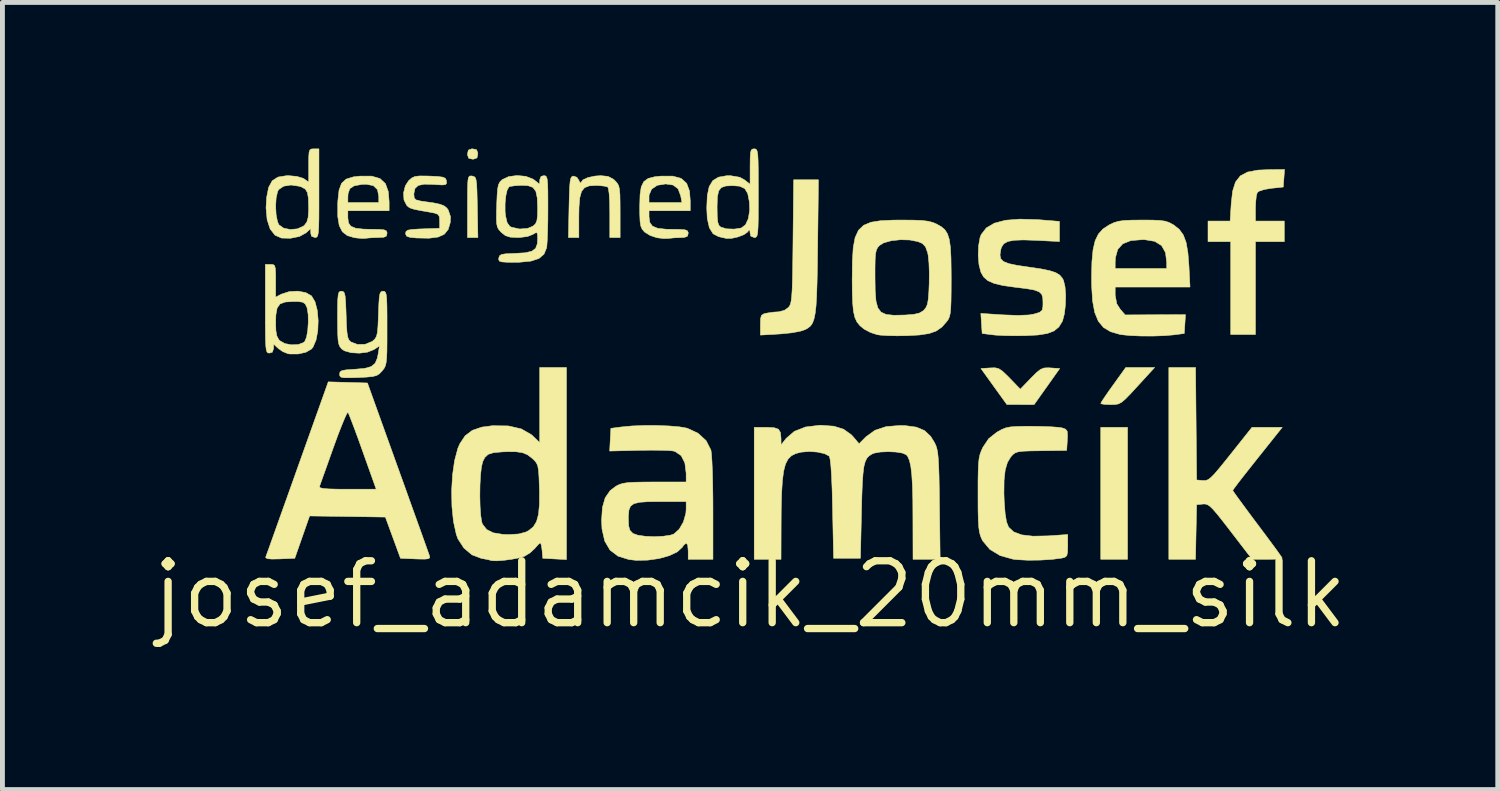
<source format=kicad_pcb>
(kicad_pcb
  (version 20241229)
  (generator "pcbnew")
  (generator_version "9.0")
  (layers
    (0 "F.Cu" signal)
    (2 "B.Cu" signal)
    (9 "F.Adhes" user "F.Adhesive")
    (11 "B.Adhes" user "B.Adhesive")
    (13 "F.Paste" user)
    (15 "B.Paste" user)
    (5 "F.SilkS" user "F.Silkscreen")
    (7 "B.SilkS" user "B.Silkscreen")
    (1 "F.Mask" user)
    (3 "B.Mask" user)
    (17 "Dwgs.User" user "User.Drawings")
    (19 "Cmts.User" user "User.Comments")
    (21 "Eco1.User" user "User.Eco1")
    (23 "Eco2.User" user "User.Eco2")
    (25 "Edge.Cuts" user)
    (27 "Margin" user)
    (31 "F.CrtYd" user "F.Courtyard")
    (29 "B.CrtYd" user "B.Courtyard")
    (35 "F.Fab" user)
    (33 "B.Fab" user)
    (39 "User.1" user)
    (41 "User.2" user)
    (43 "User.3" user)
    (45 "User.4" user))
  (footprint "josef_adamcik_20mm_silk"
    (layer "F.Cu")
    (at 12.344 9.149)
    (property "Reference" "josef_adamcik_20mm_silk" (at 0 0 0) (layer "F.SilkS") (effects (font (size 1.27 1.27) (thickness 0.15))))
    (attr through_hole)
    (fp_poly (pts (xy 7.747 -0.72) (xy 7.197 -0.72) (xy 7.197 -3.429) (xy 7.747 -3.429) (xy 7.747 -0.72)) (stroke (width 0.01) (type solid)) (fill yes) (layer "F.SilkS"))
    (fp_poly (pts (xy -5.613 -9.127) (xy -5.588 -9.058) (xy -5.588 -9.038) (xy -5.605 -8.958) (xy -5.674 -8.933) (xy -5.694 -8.932) (xy -5.774 -8.95) (xy -5.799 -9.019) (xy -5.8 -9.038) (xy -5.782 -9.119) (xy -5.713 -9.144) (xy -5.694 -9.144) (xy -5.613 -9.127)) (stroke (width 0.01) (type solid)) (fill yes) (layer "F.SilkS"))
    (fp_poly (pts (xy -5.704 -8.586) (xy -5.668 -8.578) (xy -5.641 -8.556) (xy -5.624 -8.509) (xy -5.612 -8.423) (xy -5.605 -8.284) (xy -5.6 -8.081) (xy -5.597 -7.948) (xy -5.586 -7.324) (xy -5.8 -7.324) (xy -5.8 -7.962) (xy -5.799 -8.206) (xy -5.797 -8.378) (xy -5.791 -8.49) (xy -5.78 -8.554) (xy -5.76 -8.583) (xy -5.732 -8.589) (xy -5.704 -8.586)) (stroke (width 0.01) (type solid)) (fill yes) (layer "F.SilkS"))
    (fp_poly (pts (xy 7.954 -4.276) (xy 7.807 -4.116) (xy 7.702 -4.009) (xy 7.624 -3.943) (xy 7.558 -3.909) (xy 7.489 -3.897) (xy 7.402 -3.895) (xy 7.401 -3.895) (xy 7.282 -3.899) (xy 7.209 -3.911) (xy 7.197 -3.92) (xy 7.22 -3.963) (xy 7.283 -4.058) (xy 7.375 -4.191) (xy 7.454 -4.301) (xy 7.71 -4.657) (xy 8.303 -4.657) (xy 7.954 -4.276)) (stroke (width 0.01) (type solid)) (fill yes) (layer "F.SilkS"))
    (fp_poly (pts (xy 6.167 -4.648) (xy 6.355 -4.636) (xy 6.092 -4.265) (xy 5.829 -3.895) (xy 5.55 -3.896) (xy 5.271 -3.896) (xy 5.004 -4.266) (xy 4.738 -4.636) (xy 4.925 -4.648) (xy 5.026 -4.651) (xy 5.103 -4.633) (xy 5.179 -4.583) (xy 5.279 -4.488) (xy 5.329 -4.437) (xy 5.546 -4.212) (xy 5.762 -4.437) (xy 5.878 -4.552) (xy 5.961 -4.618) (xy 6.034 -4.647) (xy 6.123 -4.651) (xy 6.167 -4.648)) (stroke (width 0.01) (type solid)) (fill yes) (layer "F.SilkS"))
    (fp_poly (pts (xy 10.943 -8.361) (xy 10.695 -8.334) (xy 10.553 -8.31) (xy 10.448 -8.276) (xy 10.41 -8.249) (xy 10.39 -8.178) (xy 10.377 -8.052) (xy 10.372 -7.927) (xy 10.372 -7.662) (xy 10.964 -7.662) (xy 10.964 -7.239) (xy 10.372 -7.239) (xy 10.372 -5.334) (xy 9.864 -5.334) (xy 9.864 -7.239) (xy 9.398 -7.239) (xy 9.398 -7.662) (xy 9.852 -7.662) (xy 9.875 -8.027) (xy 9.904 -8.279) (xy 9.962 -8.463) (xy 10.061 -8.589) (xy 10.21 -8.668) (xy 10.422 -8.708) (xy 10.66 -8.718) (xy 10.969 -8.721) (xy 10.943 -8.361)) (stroke (width 0.01) (type solid)) (fill yes) (layer "F.SilkS"))
    (fp_poly (pts (xy 1.387 -7.144) (xy 1.382 -6.734) (xy 1.375 -6.4) (xy 1.366 -6.133) (xy 1.354 -5.925) (xy 1.336 -5.768) (xy 1.312 -5.652) (xy 1.281 -5.569) (xy 1.241 -5.51) (xy 1.19 -5.468) (xy 1.133 -5.435) (xy 1.025 -5.4) (xy 0.856 -5.369) (xy 0.65 -5.348) (xy 0.609 -5.345) (xy 0.212 -5.322) (xy 0.212 -5.534) (xy 0.215 -5.661) (xy 0.234 -5.727) (xy 0.283 -5.759) (xy 0.344 -5.773) (xy 0.48 -5.793) (xy 0.591 -5.8) (xy 0.706 -5.831) (xy 0.787 -5.889) (xy 0.81 -5.919) (xy 0.829 -5.96) (xy 0.843 -6.022) (xy 0.854 -6.113) (xy 0.863 -6.244) (xy 0.869 -6.423) (xy 0.874 -6.661) (xy 0.878 -6.968) (xy 0.881 -7.243) (xy 0.894 -8.509) (xy 1.403 -8.509) (xy 1.387 -7.144)) (stroke (width 0.01) (type solid)) (fill yes) (layer "F.SilkS"))
    (fp_poly (pts (xy -2.916 -8.579) (xy -2.809 -8.524) (xy -2.771 -8.49) (xy -2.728 -8.442) (xy -2.698 -8.39) (xy -2.681 -8.318) (xy -2.671 -8.208) (xy -2.668 -8.043) (xy -2.667 -7.855) (xy -2.667 -7.324) (xy -2.879 -7.324) (xy -2.879 -7.829) (xy -2.882 -8.056) (xy -2.893 -8.228) (xy -2.909 -8.334) (xy -2.923 -8.362) (xy -2.99 -8.379) (xy -3.106 -8.391) (xy -3.163 -8.393) (xy -3.299 -8.385) (xy -3.396 -8.348) (xy -3.459 -8.271) (xy -3.495 -8.141) (xy -3.511 -7.948) (xy -3.514 -7.763) (xy -3.514 -7.324) (xy -3.728 -7.324) (xy -3.716 -7.948) (xy -3.71 -8.191) (xy -3.703 -8.363) (xy -3.693 -8.476) (xy -3.678 -8.542) (xy -3.656 -8.575) (xy -3.63 -8.586) (xy -3.555 -8.561) (xy -3.516 -8.502) (xy -3.487 -8.444) (xy -3.474 -8.449) (xy -3.432 -8.507) (xy -3.327 -8.555) (xy -3.182 -8.586) (xy -3.065 -8.594) (xy -2.916 -8.579)) (stroke (width 0.01) (type solid)) (fill yes) (layer "F.SilkS"))
    (fp_poly (pts (xy 9.154 -3.503) (xy 9.165 -2.349) (xy 9.294 -2.337) (xy 9.345 -2.337) (xy 9.395 -2.353) (xy 9.453 -2.395) (xy 9.53 -2.472) (xy 9.633 -2.593) (xy 9.774 -2.767) (xy 9.862 -2.877) (xy 10.301 -3.429) (xy 10.922 -3.429) (xy 10.414 -2.792) (xy 10.257 -2.594) (xy 10.119 -2.419) (xy 10.009 -2.277) (xy 9.936 -2.179) (xy 9.906 -2.136) (xy 9.906 -2.135) (xy 9.93 -2.096) (xy 9.998 -2.001) (xy 10.102 -1.859) (xy 10.233 -1.681) (xy 10.385 -1.477) (xy 10.414 -1.439) (xy 10.569 -1.232) (xy 10.705 -1.049) (xy 10.814 -0.9) (xy 10.889 -0.794) (xy 10.921 -0.744) (xy 10.922 -0.742) (xy 10.883 -0.731) (xy 10.781 -0.723) (xy 10.635 -0.72) (xy 10.613 -0.72) (xy 10.304 -0.72) (xy 9.864 -1.293) (xy 9.702 -1.503) (xy 9.581 -1.654) (xy 9.493 -1.755) (xy 9.427 -1.817) (xy 9.375 -1.847) (xy 9.327 -1.856) (xy 9.294 -1.854) (xy 9.165 -1.841) (xy 9.153 -1.281) (xy 9.142 -0.72) (xy 8.594 -0.72) (xy 8.594 -4.657) (xy 9.143 -4.657) (xy 9.154 -3.503)) (stroke (width 0.01) (type solid)) (fill yes) (layer "F.SilkS"))
    (fp_poly (pts (xy -7.766 -8.584) (xy -7.596 -8.535) (xy -7.484 -8.431) (xy -7.425 -8.267) (xy -7.408 -8.058) (xy -7.408 -7.874) (xy -8.255 -7.874) (xy -8.255 -7.727) (xy -8.242 -7.624) (xy -8.193 -7.556) (xy -8.096 -7.515) (xy -7.938 -7.497) (xy -7.771 -7.493) (xy -7.608 -7.491) (xy -7.512 -7.482) (xy -7.465 -7.461) (xy -7.451 -7.425) (xy -7.451 -7.408) (xy -7.463 -7.355) (xy -7.516 -7.33) (xy -7.63 -7.324) (xy -7.638 -7.324) (xy -7.766 -7.32) (xy -7.862 -7.312) (xy -7.881 -7.308) (xy -7.956 -7.305) (xy -8.075 -7.315) (xy -8.124 -7.322) (xy -8.267 -7.364) (xy -8.368 -7.443) (xy -8.432 -7.57) (xy -8.462 -7.755) (xy -8.463 -8.009) (xy -8.462 -8.043) (xy -8.255 -8.043) (xy -7.62 -8.043) (xy -7.62 -8.167) (xy -7.647 -8.307) (xy -7.732 -8.389) (xy -7.878 -8.418) (xy -7.971 -8.414) (xy -8.126 -8.385) (xy -8.214 -8.328) (xy -8.25 -8.227) (xy -8.254 -8.16) (xy -8.255 -8.043) (xy -8.462 -8.043) (xy -8.459 -8.086) (xy -8.436 -8.296) (xy -8.384 -8.437) (xy -8.29 -8.523) (xy -8.142 -8.569) (xy -8.003 -8.585) (xy -7.766 -8.584)) (stroke (width 0.01) (type solid)) (fill yes) (layer "F.SilkS"))
    (fp_poly (pts (xy -1.584 -8.584) (xy -1.414 -8.537) (xy -1.302 -8.437) (xy -1.243 -8.278) (xy -1.228 -8.084) (xy -1.228 -7.874) (xy -2.074 -7.874) (xy -2.074 -7.75) (xy -2.059 -7.635) (xy -2.005 -7.559) (xy -1.899 -7.514) (xy -1.729 -7.495) (xy -1.606 -7.493) (xy -1.438 -7.491) (xy -1.338 -7.483) (xy -1.288 -7.464) (xy -1.271 -7.43) (xy -1.27 -7.408) (xy -1.285 -7.351) (xy -1.347 -7.327) (xy -1.429 -7.323) (xy -1.559 -7.318) (xy -1.664 -7.307) (xy -1.672 -7.306) (xy -1.769 -7.303) (xy -1.898 -7.318) (xy -1.919 -7.322) (xy -2.052 -7.367) (xy -2.163 -7.436) (xy -2.173 -7.446) (xy -2.216 -7.497) (xy -2.243 -7.56) (xy -2.258 -7.655) (xy -2.264 -7.801) (xy -2.265 -7.959) (xy -2.259 -8.168) (xy -2.074 -8.168) (xy -2.074 -8.043) (xy -1.399 -8.043) (xy -1.424 -8.181) (xy -1.477 -8.323) (xy -1.579 -8.401) (xy -1.734 -8.424) (xy -1.905 -8.396) (xy -2.021 -8.317) (xy -2.073 -8.196) (xy -2.074 -8.168) (xy -2.259 -8.168) (xy -2.259 -8.196) (xy -2.234 -8.363) (xy -2.181 -8.472) (xy -2.091 -8.537) (xy -1.954 -8.572) (xy -1.822 -8.585) (xy -1.584 -8.584)) (stroke (width 0.01) (type solid)) (fill yes) (layer "F.SilkS"))
    (fp_poly (pts (xy -6.641 -8.587) (xy -6.572 -8.585) (xy -6.406 -8.577) (xy -6.306 -8.563) (xy -6.255 -8.54) (xy -6.235 -8.501) (xy -6.231 -8.482) (xy -6.23 -8.434) (xy -6.254 -8.409) (xy -6.322 -8.403) (xy -6.453 -8.41) (xy -6.495 -8.414) (xy -6.688 -8.419) (xy -6.811 -8.393) (xy -6.878 -8.33) (xy -6.9 -8.225) (xy -6.9 -8.21) (xy -6.893 -8.137) (xy -6.856 -8.097) (xy -6.768 -8.074) (xy -6.699 -8.064) (xy -6.5 -8.036) (xy -6.367 -8.008) (xy -6.282 -7.976) (xy -6.227 -7.933) (xy -6.195 -7.891) (xy -6.147 -7.749) (xy -6.153 -7.632) (xy -6.195 -7.491) (xy -6.274 -7.393) (xy -6.402 -7.334) (xy -6.59 -7.31) (xy -6.847 -7.315) (xy -6.847 -7.315) (xy -6.98 -7.328) (xy -7.047 -7.351) (xy -7.069 -7.394) (xy -7.07 -7.409) (xy -7.061 -7.449) (xy -7.024 -7.475) (xy -6.942 -7.49) (xy -6.798 -7.499) (xy -6.72 -7.502) (xy -6.371 -7.514) (xy -6.371 -7.662) (xy -6.376 -7.75) (xy -6.404 -7.799) (xy -6.477 -7.826) (xy -6.583 -7.846) (xy -6.767 -7.878) (xy -6.887 -7.902) (xy -6.961 -7.924) (xy -7.008 -7.949) (xy -7.046 -7.983) (xy -7.103 -8.094) (xy -7.112 -8.239) (xy -7.075 -8.387) (xy -7.006 -8.492) (xy -6.945 -8.545) (xy -6.88 -8.576) (xy -6.787 -8.588) (xy -6.641 -8.587)) (stroke (width 0.01) (type solid)) (fill yes) (layer "F.SilkS"))
    (fp_poly (pts (xy 8.259 -7.682) (xy 8.411 -7.675) (xy 8.518 -7.66) (xy 8.6 -7.633) (xy 8.678 -7.591) (xy 8.694 -7.582) (xy 8.809 -7.491) (xy 8.892 -7.376) (xy 8.95 -7.219) (xy 8.986 -7.008) (xy 9.007 -6.742) (xy 9.029 -6.308) (xy 7.493 -6.308) (xy 7.493 -6.141) (xy 7.526 -5.963) (xy 7.595 -5.855) (xy 7.698 -5.736) (xy 8.317 -5.739) (xy 8.936 -5.742) (xy 8.911 -5.355) (xy 8.7 -5.327) (xy 8.503 -5.31) (xy 8.267 -5.302) (xy 8.021 -5.303) (xy 7.795 -5.313) (xy 7.617 -5.331) (xy 7.587 -5.337) (xy 7.399 -5.391) (xy 7.254 -5.478) (xy 7.147 -5.607) (xy 7.073 -5.786) (xy 7.029 -6.024) (xy 7.01 -6.332) (xy 7.008 -6.519) (xy 7.015 -6.809) (xy 7.493 -6.809) (xy 7.493 -6.689) (xy 8.551 -6.689) (xy 8.551 -6.809) (xy 8.526 -7.015) (xy 8.445 -7.159) (xy 8.305 -7.246) (xy 8.1 -7.28) (xy 8.048 -7.281) (xy 7.814 -7.261) (xy 7.649 -7.196) (xy 7.546 -7.081) (xy 7.498 -6.911) (xy 7.493 -6.809) (xy 7.015 -6.809) (xy 7.016 -6.833) (xy 7.039 -7.075) (xy 7.082 -7.259) (xy 7.149 -7.396) (xy 7.244 -7.501) (xy 7.372 -7.585) (xy 7.373 -7.585) (xy 7.465 -7.629) (xy 7.558 -7.657) (xy 7.675 -7.674) (xy 7.835 -7.681) (xy 8.043 -7.683) (xy 8.259 -7.682)) (stroke (width 0.01) (type solid)) (fill yes) (layer "F.SilkS"))
    (fp_poly (pts (xy -8.848 -8.234) (xy -8.848 -7.934) (xy -8.849 -7.709) (xy -8.853 -7.547) (xy -8.86 -7.438) (xy -8.871 -7.372) (xy -8.888 -7.338) (xy -8.91 -7.325) (xy -8.932 -7.324) (xy -9.002 -7.352) (xy -9.017 -7.416) (xy -9.017 -7.508) (xy -9.112 -7.421) (xy -9.248 -7.346) (xy -9.432 -7.309) (xy -9.616 -7.313) (xy -9.75 -7.372) (xy -9.85 -7.5) (xy -9.912 -7.69) (xy -9.934 -7.933) (xy -9.932 -7.964) (xy -9.737 -7.964) (xy -9.727 -7.792) (xy -9.699 -7.65) (xy -9.671 -7.587) (xy -9.576 -7.518) (xy -9.439 -7.489) (xy -9.292 -7.502) (xy -9.168 -7.557) (xy -9.144 -7.578) (xy -9.096 -7.644) (xy -9.07 -7.737) (xy -9.06 -7.881) (xy -9.06 -7.948) (xy -9.065 -8.131) (xy -9.085 -8.248) (xy -9.129 -8.319) (xy -9.205 -8.361) (xy -9.253 -8.377) (xy -9.425 -8.402) (xy -9.572 -8.378) (xy -9.673 -8.31) (xy -9.697 -8.268) (xy -9.727 -8.133) (xy -9.737 -7.964) (xy -9.932 -7.964) (xy -9.922 -8.147) (xy -9.881 -8.353) (xy -9.807 -8.489) (xy -9.689 -8.565) (xy -9.515 -8.593) (xy -9.473 -8.594) (xy -9.303 -8.579) (xy -9.176 -8.541) (xy -9.153 -8.528) (xy -9.059 -8.462) (xy -9.059 -8.803) (xy -9.058 -8.972) (xy -9.051 -9.073) (xy -9.033 -9.124) (xy -8.999 -9.142) (xy -8.954 -9.144) (xy -8.848 -9.144) (xy -8.848 -8.234)) (stroke (width 0.01) (type solid)) (fill yes) (layer "F.SilkS"))
    (fp_poly (pts (xy -8.255 -4.351) (xy -7.853 -4.339) (xy -7.229 -2.603) (xy -7.097 -2.237) (xy -6.974 -1.893) (xy -6.862 -1.581) (xy -6.764 -1.309) (xy -6.684 -1.085) (xy -6.625 -0.919) (xy -6.589 -0.818) (xy -6.58 -0.792) (xy -6.574 -0.753) (xy -6.601 -0.732) (xy -6.675 -0.724) (xy -6.814 -0.726) (xy -6.865 -0.728) (xy -7.175 -0.741) (xy -7.33 -1.164) (xy -7.485 -1.587) (xy -8.263 -1.599) (xy -9.04 -1.61) (xy -9.344 -0.741) (xy -9.652 -0.728) (xy -9.815 -0.725) (xy -9.907 -0.733) (xy -9.94 -0.754) (xy -9.939 -0.771) (xy -9.921 -0.821) (xy -9.877 -0.942) (xy -9.811 -1.127) (xy -9.726 -1.366) (xy -9.624 -1.652) (xy -9.508 -1.976) (xy -9.424 -2.212) (xy -8.838 -2.212) (xy -8.826 -2.19) (xy -8.766 -2.175) (xy -8.649 -2.165) (xy -8.464 -2.16) (xy -8.265 -2.159) (xy -7.673 -2.159) (xy -7.949 -2.932) (xy -8.035 -3.173) (xy -8.114 -3.387) (xy -8.18 -3.561) (xy -8.227 -3.681) (xy -8.252 -3.736) (xy -8.253 -3.737) (xy -8.276 -3.71) (xy -8.321 -3.614) (xy -8.384 -3.461) (xy -8.461 -3.264) (xy -8.545 -3.033) (xy -8.551 -3.017) (xy -8.636 -2.778) (xy -8.712 -2.564) (xy -8.775 -2.39) (xy -8.818 -2.268) (xy -8.838 -2.212) (xy -8.838 -2.212) (xy -9.424 -2.212) (xy -9.382 -2.329) (xy -9.288 -2.594) (xy -8.657 -4.362) (xy -8.255 -4.351)) (stroke (width 0.01) (type solid)) (fill yes) (layer "F.SilkS"))
    (fp_poly (pts (xy -9.79 -6.77) (xy -9.758 -6.747) (xy -9.743 -6.688) (xy -9.737 -6.576) (xy -9.737 -6.437) (xy -9.737 -6.101) (xy -9.62 -6.162) (xy -9.459 -6.214) (xy -9.281 -6.224) (xy -9.117 -6.193) (xy -9 -6.126) (xy -8.928 -6.004) (xy -8.882 -5.827) (xy -8.864 -5.621) (xy -8.872 -5.41) (xy -8.908 -5.22) (xy -8.97 -5.075) (xy -9.002 -5.036) (xy -9.116 -4.97) (xy -9.276 -4.934) (xy -9.447 -4.934) (xy -9.483 -4.94) (xy -9.593 -4.984) (xy -9.684 -5.049) (xy -9.779 -5.137) (xy -9.779 -5.045) (xy -9.805 -4.97) (xy -9.864 -4.953) (xy -9.892 -4.956) (xy -9.913 -4.973) (xy -9.928 -5.013) (xy -9.938 -5.088) (xy -9.944 -5.207) (xy -9.947 -5.382) (xy -9.948 -5.585) (xy -9.737 -5.585) (xy -9.732 -5.415) (xy -9.713 -5.306) (xy -9.675 -5.233) (xy -9.652 -5.207) (xy -9.548 -5.148) (xy -9.41 -5.122) (xy -9.269 -5.129) (xy -9.162 -5.17) (xy -9.14 -5.19) (xy -9.103 -5.278) (xy -9.078 -5.42) (xy -9.067 -5.587) (xy -9.07 -5.749) (xy -9.091 -5.877) (xy -9.097 -5.895) (xy -9.131 -5.962) (xy -9.181 -5.997) (xy -9.273 -6.01) (xy -9.373 -6.011) (xy -9.539 -6.001) (xy -9.646 -5.962) (xy -9.706 -5.879) (xy -9.732 -5.737) (xy -9.737 -5.585) (xy -9.948 -5.585) (xy -9.948 -5.623) (xy -9.948 -5.863) (xy -9.948 -6.773) (xy -9.842 -6.773) (xy -9.79 -6.77)) (stroke (width 0.01) (type solid)) (fill yes) (layer "F.SilkS"))
    (fp_poly (pts (xy 5.989 -3.447) (xy 6.179 -3.44) (xy 6.326 -3.429) (xy 6.405 -3.417) (xy 6.475 -3.391) (xy 6.508 -3.349) (xy 6.515 -3.264) (xy 6.511 -3.169) (xy 6.498 -2.955) (xy 5.976 -2.948) (xy 5.757 -2.945) (xy 5.607 -2.939) (xy 5.508 -2.927) (xy 5.444 -2.907) (xy 5.397 -2.873) (xy 5.354 -2.827) (xy 5.283 -2.711) (xy 5.236 -2.554) (xy 5.213 -2.343) (xy 5.21 -2.067) (xy 5.216 -1.903) (xy 5.235 -1.657) (xy 5.264 -1.485) (xy 5.306 -1.381) (xy 5.306 -1.38) (xy 5.41 -1.283) (xy 5.574 -1.222) (xy 5.805 -1.195) (xy 6.107 -1.201) (xy 6.128 -1.202) (xy 6.519 -1.229) (xy 6.519 -0.999) (xy 6.516 -0.866) (xy 6.5 -0.794) (xy 6.459 -0.761) (xy 6.403 -0.746) (xy 6.201 -0.719) (xy 5.956 -0.704) (xy 5.704 -0.701) (xy 5.481 -0.713) (xy 5.4 -0.722) (xy 5.133 -0.796) (xy 4.922 -0.923) (xy 4.774 -1.099) (xy 4.759 -1.129) (xy 4.729 -1.198) (xy 4.708 -1.277) (xy 4.693 -1.381) (xy 4.684 -1.524) (xy 4.679 -1.721) (xy 4.678 -1.984) (xy 4.678 -2.053) (xy 4.678 -2.328) (xy 4.682 -2.533) (xy 4.688 -2.684) (xy 4.701 -2.794) (xy 4.72 -2.879) (xy 4.748 -2.954) (xy 4.777 -3.017) (xy 4.896 -3.195) (xy 5.064 -3.329) (xy 5.073 -3.334) (xy 5.163 -3.384) (xy 5.245 -3.417) (xy 5.34 -3.437) (xy 5.468 -3.446) (xy 5.649 -3.45) (xy 5.779 -3.45) (xy 5.989 -3.447)) (stroke (width 0.01) (type solid)) (fill yes) (layer "F.SilkS"))
    (fp_poly (pts (xy 0.113 -9.141) (xy 0.134 -9.124) (xy 0.149 -9.084) (xy 0.159 -9.009) (xy 0.165 -8.89) (xy 0.168 -8.715) (xy 0.169 -8.474) (xy 0.169 -8.234) (xy 0.169 -7.934) (xy 0.168 -7.709) (xy 0.164 -7.547) (xy 0.157 -7.438) (xy 0.146 -7.372) (xy 0.129 -7.338) (xy 0.107 -7.325) (xy 0.085 -7.324) (xy 0.015 -7.352) (xy 0 -7.416) (xy -0.005 -7.481) (xy -0.03 -7.466) (xy -0.055 -7.433) (xy -0.129 -7.382) (xy -0.249 -7.336) (xy -0.38 -7.307) (xy -0.484 -7.305) (xy -0.488 -7.306) (xy -0.557 -7.322) (xy -0.645 -7.342) (xy -0.759 -7.401) (xy -0.836 -7.525) (xy -0.879 -7.717) (xy -0.889 -7.929) (xy -0.889 -7.934) (xy -0.677 -7.934) (xy -0.674 -7.754) (xy -0.663 -7.639) (xy -0.64 -7.574) (xy -0.603 -7.539) (xy -0.485 -7.503) (xy -0.327 -7.497) (xy -0.182 -7.519) (xy -0.095 -7.584) (xy -0.035 -7.713) (xy -0.008 -7.888) (xy -0.015 -8.057) (xy -0.048 -8.227) (xy -0.109 -8.329) (xy -0.214 -8.378) (xy -0.356 -8.389) (xy -0.499 -8.382) (xy -0.591 -8.35) (xy -0.645 -8.28) (xy -0.671 -8.157) (xy -0.677 -7.965) (xy -0.677 -7.934) (xy -0.889 -7.934) (xy -0.878 -8.186) (xy -0.839 -8.37) (xy -0.765 -8.492) (xy -0.649 -8.563) (xy -0.484 -8.592) (xy -0.406 -8.594) (xy -0.211 -8.561) (xy -0.112 -8.506) (xy 0 -8.418) (xy 0 -8.781) (xy 0.002 -8.957) (xy 0.009 -9.065) (xy 0.025 -9.121) (xy 0.056 -9.142) (xy 0.085 -9.144) (xy 0.113 -9.141)) (stroke (width 0.01) (type solid)) (fill yes) (layer "F.SilkS"))
    (fp_poly (pts (xy 5.91 -7.691) (xy 5.985 -7.685) (xy 6.35 -7.655) (xy 6.35 -7.242) (xy 5.874 -7.266) (xy 5.611 -7.275) (xy 5.42 -7.268) (xy 5.289 -7.243) (xy 5.206 -7.196) (xy 5.159 -7.124) (xy 5.145 -7.075) (xy 5.129 -6.968) (xy 5.144 -6.89) (xy 5.2 -6.832) (xy 5.309 -6.789) (xy 5.48 -6.753) (xy 5.709 -6.719) (xy 5.963 -6.682) (xy 6.146 -6.645) (xy 6.272 -6.604) (xy 6.356 -6.553) (xy 6.411 -6.486) (xy 6.432 -6.446) (xy 6.463 -6.319) (xy 6.477 -6.142) (xy 6.472 -5.945) (xy 6.451 -5.76) (xy 6.414 -5.618) (xy 6.408 -5.603) (xy 6.337 -5.489) (xy 6.239 -5.408) (xy 6.101 -5.355) (xy 5.909 -5.324) (xy 5.647 -5.31) (xy 5.63 -5.31) (xy 5.417 -5.308) (xy 5.211 -5.312) (xy 5.042 -5.321) (xy 4.974 -5.328) (xy 4.763 -5.355) (xy 4.749 -5.561) (xy 4.736 -5.767) (xy 5.196 -5.737) (xy 5.495 -5.726) (xy 5.72 -5.735) (xy 5.833 -5.755) (xy 5.943 -5.789) (xy 5.995 -5.833) (xy 6.01 -5.914) (xy 6.011 -5.99) (xy 6.007 -6.091) (xy 5.984 -6.162) (xy 5.93 -6.211) (xy 5.832 -6.247) (xy 5.676 -6.275) (xy 5.449 -6.303) (xy 5.447 -6.303) (xy 5.191 -6.339) (xy 5.006 -6.383) (xy 4.878 -6.44) (xy 4.792 -6.516) (xy 4.737 -6.613) (xy 4.698 -6.766) (xy 4.682 -6.959) (xy 4.69 -7.157) (xy 4.72 -7.325) (xy 4.743 -7.385) (xy 4.848 -7.521) (xy 5.014 -7.619) (xy 5.243 -7.679) (xy 5.54 -7.702) (xy 5.91 -7.691)) (stroke (width 0.01) (type solid)) (fill yes) (layer "F.SilkS"))
    (fp_poly (pts (xy -7.503 -6.219) (xy -7.482 -6.198) (xy -7.467 -6.149) (xy -7.458 -6.061) (xy -7.453 -5.922) (xy -7.451 -5.72) (xy -7.451 -5.463) (xy -7.451 -5.192) (xy -7.453 -4.992) (xy -7.459 -4.85) (xy -7.47 -4.753) (xy -7.487 -4.686) (xy -7.512 -4.637) (xy -7.547 -4.592) (xy -7.553 -4.585) (xy -7.607 -4.528) (xy -7.666 -4.492) (xy -7.75 -4.471) (xy -7.88 -4.459) (xy -8.04 -4.451) (xy -8.221 -4.446) (xy -8.335 -4.447) (xy -8.396 -4.459) (xy -8.42 -4.485) (xy -8.424 -4.521) (xy -8.416 -4.565) (xy -8.378 -4.592) (xy -8.294 -4.608) (xy -8.146 -4.619) (xy -8.108 -4.621) (xy -7.908 -4.639) (xy -7.776 -4.676) (xy -7.695 -4.743) (xy -7.649 -4.851) (xy -7.633 -4.934) (xy -7.606 -5.099) (xy -7.717 -5.026) (xy -7.851 -4.972) (xy -8.017 -4.951) (xy -8.186 -4.96) (xy -8.326 -5) (xy -8.382 -5.038) (xy -8.417 -5.081) (xy -8.441 -5.137) (xy -8.456 -5.223) (xy -8.463 -5.354) (xy -8.466 -5.546) (xy -8.467 -5.673) (xy -8.466 -5.898) (xy -8.462 -6.051) (xy -8.453 -6.147) (xy -8.438 -6.199) (xy -8.414 -6.22) (xy -8.386 -6.223) (xy -8.351 -6.216) (xy -8.327 -6.187) (xy -8.311 -6.122) (xy -8.301 -6.005) (xy -8.293 -5.823) (xy -8.29 -5.733) (xy -8.283 -5.517) (xy -8.272 -5.371) (xy -8.256 -5.277) (xy -8.231 -5.219) (xy -8.195 -5.183) (xy -8.194 -5.182) (xy -8.059 -5.13) (xy -7.901 -5.133) (xy -7.759 -5.19) (xy -7.741 -5.203) (xy -7.697 -5.245) (xy -7.667 -5.297) (xy -7.648 -5.377) (xy -7.637 -5.503) (xy -7.629 -5.691) (xy -7.627 -5.754) (xy -7.619 -5.959) (xy -7.61 -6.094) (xy -7.596 -6.173) (xy -7.574 -6.211) (xy -7.542 -6.223) (xy -7.532 -6.223) (xy -7.503 -6.219)) (stroke (width 0.01) (type solid)) (fill yes) (layer "F.SilkS"))
    (fp_poly (pts (xy -3.768 -0.715) (xy -4.011 -0.728) (xy -4.255 -0.741) (xy -4.268 -0.9) (xy -4.282 -1.002) (xy -4.3 -1.056) (xy -4.304 -1.058) (xy -4.343 -1.029) (xy -4.408 -0.956) (xy -4.414 -0.947) (xy -4.519 -0.85) (xy -4.634 -0.781) (xy -4.74 -0.75) (xy -4.888 -0.722) (xy -5.049 -0.7) (xy -5.194 -0.689) (xy -5.294 -0.692) (xy -5.313 -0.696) (xy -5.38 -0.714) (xy -5.491 -0.735) (xy -5.515 -0.739) (xy -5.708 -0.812) (xy -5.874 -0.952) (xy -5.996 -1.14) (xy -6.029 -1.23) (xy -6.088 -1.499) (xy -6.119 -1.808) (xy -6.123 -2.02) (xy -5.546 -2.02) (xy -5.541 -1.806) (xy -5.528 -1.62) (xy -5.507 -1.485) (xy -5.491 -1.44) (xy -5.405 -1.331) (xy -5.271 -1.264) (xy -5.076 -1.232) (xy -4.953 -1.228) (xy -4.751 -1.24) (xy -4.604 -1.279) (xy -4.543 -1.31) (xy -4.449 -1.387) (xy -4.383 -1.494) (xy -4.342 -1.644) (xy -4.323 -1.848) (xy -4.322 -2.12) (xy -4.325 -2.199) (xy -4.332 -2.406) (xy -4.342 -2.546) (xy -4.358 -2.639) (xy -4.386 -2.701) (xy -4.429 -2.753) (xy -4.478 -2.798) (xy -4.57 -2.867) (xy -4.672 -2.909) (xy -4.805 -2.928) (xy -4.991 -2.929) (xy -5.101 -2.924) (xy -5.269 -2.908) (xy -5.376 -2.874) (xy -5.444 -2.81) (xy -5.486 -2.728) (xy -5.513 -2.617) (xy -5.532 -2.448) (xy -5.543 -2.242) (xy -5.546 -2.02) (xy -6.123 -2.02) (xy -6.125 -2.133) (xy -6.106 -2.455) (xy -6.064 -2.749) (xy -5.998 -2.995) (xy -5.958 -3.09) (xy -5.848 -3.255) (xy -5.701 -3.367) (xy -5.503 -3.434) (xy -5.29 -3.462) (xy -4.964 -3.458) (xy -4.696 -3.397) (xy -4.489 -3.279) (xy -4.456 -3.249) (xy -4.318 -3.116) (xy -4.318 -4.657) (xy -3.768 -4.657) (xy -3.768 -0.715)) (stroke (width 0.01) (type solid)) (fill yes) (layer "F.SilkS"))
    (fp_poly (pts (xy 1.72 -3.452) (xy 1.919 -3.39) (xy 2.076 -3.278) (xy 2.126 -3.224) (xy 2.237 -3.092) (xy 2.38 -3.236) (xy 2.563 -3.368) (xy 2.793 -3.444) (xy 3.079 -3.467) (xy 3.183 -3.464) (xy 3.412 -3.433) (xy 3.58 -3.363) (xy 3.707 -3.243) (xy 3.789 -3.109) (xy 3.815 -3.052) (xy 3.835 -2.987) (xy 3.851 -2.904) (xy 3.862 -2.79) (xy 3.871 -2.637) (xy 3.878 -2.431) (xy 3.883 -2.163) (xy 3.887 -1.831) (xy 3.901 -0.72) (xy 3.344 -0.72) (xy 3.342 -1.577) (xy 3.34 -1.945) (xy 3.332 -2.237) (xy 3.318 -2.463) (xy 3.298 -2.631) (xy 3.27 -2.751) (xy 3.234 -2.832) (xy 3.207 -2.865) (xy 3.128 -2.9) (xy 2.994 -2.922) (xy 2.833 -2.929) (xy 2.674 -2.922) (xy 2.546 -2.899) (xy 2.505 -2.882) (xy 2.445 -2.845) (xy 2.398 -2.796) (xy 2.363 -2.725) (xy 2.336 -2.623) (xy 2.318 -2.478) (xy 2.304 -2.279) (xy 2.294 -2.017) (xy 2.286 -1.693) (xy 2.265 -0.741) (xy 1.714 -0.741) (xy 1.693 -1.765) (xy 1.684 -2.139) (xy 1.672 -2.431) (xy 1.658 -2.643) (xy 1.642 -2.778) (xy 1.624 -2.838) (xy 1.623 -2.839) (xy 1.53 -2.888) (xy 1.384 -2.921) (xy 1.215 -2.933) (xy 1.054 -2.92) (xy 1.054 -2.92) (xy 0.941 -2.892) (xy 0.85 -2.847) (xy 0.78 -2.777) (xy 0.726 -2.673) (xy 0.688 -2.526) (xy 0.663 -2.328) (xy 0.647 -2.07) (xy 0.639 -1.742) (xy 0.637 -1.429) (xy 0.635 -0.72) (xy 0.085 -0.72) (xy 0.085 -3.429) (xy 0.334 -3.429) (xy 0.491 -3.422) (xy 0.582 -3.391) (xy 0.624 -3.321) (xy 0.635 -3.198) (xy 0.635 -3.182) (xy 0.636 -3.069) (xy 0.741 -3.202) (xy 0.908 -3.346) (xy 1.138 -3.436) (xy 1.427 -3.471) (xy 1.463 -3.471) (xy 1.72 -3.452)) (stroke (width 0.01) (type solid)) (fill yes) (layer "F.SilkS"))
    (fp_poly (pts (xy -1.661 -3.457) (xy -1.449 -3.439) (xy -1.296 -3.412) (xy -1.287 -3.409) (xy -1.068 -3.307) (xy -0.902 -3.155) (xy -0.804 -2.963) (xy -0.803 -2.96) (xy -0.792 -2.878) (xy -0.782 -2.725) (xy -0.773 -2.515) (xy -0.767 -2.26) (xy -0.763 -1.975) (xy -0.762 -1.768) (xy -0.762 -0.72) (xy -1.27 -0.72) (xy -1.27 -0.889) (xy -1.28 -1.012) (xy -1.309 -1.053) (xy -1.36 -1.014) (xy -1.389 -0.97) (xy -1.492 -0.874) (xy -1.658 -0.795) (xy -1.868 -0.736) (xy -2.102 -0.703) (xy -2.34 -0.699) (xy -2.488 -0.716) (xy -2.71 -0.785) (xy -2.875 -0.91) (xy -2.983 -1.094) (xy -3.039 -1.341) (xy -3.048 -1.524) (xy -3.046 -1.545) (xy -2.498 -1.545) (xy -2.491 -1.401) (xy -2.465 -1.314) (xy -2.411 -1.257) (xy -2.404 -1.251) (xy -2.305 -1.215) (xy -2.151 -1.193) (xy -1.97 -1.185) (xy -1.789 -1.193) (xy -1.638 -1.215) (xy -1.566 -1.239) (xy -1.456 -1.336) (xy -1.368 -1.487) (xy -1.318 -1.664) (xy -1.312 -1.746) (xy -1.312 -1.905) (xy -1.838 -1.905) (xy -2.088 -1.903) (xy -2.265 -1.891) (xy -2.382 -1.863) (xy -2.452 -1.813) (xy -2.486 -1.733) (xy -2.497 -1.617) (xy -2.498 -1.545) (xy -3.046 -1.545) (xy -3.03 -1.787) (xy -2.973 -1.984) (xy -2.871 -2.131) (xy -2.752 -2.221) (xy -2.685 -2.255) (xy -2.61 -2.278) (xy -2.511 -2.294) (xy -2.373 -2.302) (xy -2.178 -2.306) (xy -1.958 -2.307) (xy -1.312 -2.307) (xy -1.312 -2.489) (xy -1.339 -2.7) (xy -1.415 -2.849) (xy -1.54 -2.933) (xy -1.581 -2.944) (xy -1.675 -2.953) (xy -1.834 -2.958) (xy -2.035 -2.96) (xy -2.26 -2.957) (xy -2.302 -2.956) (xy -2.882 -2.942) (xy -2.857 -3.408) (xy -2.646 -3.436) (xy -2.425 -3.457) (xy -2.172 -3.467) (xy -1.91 -3.467) (xy -1.661 -3.457)) (stroke (width 0.01) (type solid)) (fill yes) (layer "F.SilkS"))
    (fp_poly (pts (xy 3.354 -7.681) (xy 3.53 -7.674) (xy 3.657 -7.658) (xy 3.753 -7.633) (xy 3.822 -7.604) (xy 3.922 -7.548) (xy 3.997 -7.485) (xy 4.051 -7.401) (xy 4.088 -7.287) (xy 4.111 -7.128) (xy 4.123 -6.914) (xy 4.127 -6.632) (xy 4.128 -6.491) (xy 4.127 -6.215) (xy 4.124 -6.011) (xy 4.118 -5.865) (xy 4.107 -5.764) (xy 4.09 -5.693) (xy 4.065 -5.64) (xy 4.038 -5.602) (xy 3.937 -5.487) (xy 3.821 -5.406) (xy 3.674 -5.354) (xy 3.477 -5.324) (xy 3.226 -5.31) (xy 3.019 -5.307) (xy 2.827 -5.311) (xy 2.675 -5.321) (xy 2.611 -5.33) (xy 2.47 -5.376) (xy 2.345 -5.442) (xy 2.336 -5.448) (xy 2.254 -5.516) (xy 2.193 -5.591) (xy 2.15 -5.686) (xy 2.121 -5.813) (xy 2.105 -5.987) (xy 2.097 -6.221) (xy 2.095 -6.498) (xy 2.096 -6.499) (xy 2.564 -6.499) (xy 2.568 -6.223) (xy 2.584 -6.02) (xy 2.622 -5.88) (xy 2.689 -5.792) (xy 2.794 -5.745) (xy 2.948 -5.729) (xy 3.157 -5.733) (xy 3.19 -5.734) (xy 3.362 -5.748) (xy 3.475 -5.774) (xy 3.553 -5.821) (xy 3.57 -5.837) (xy 3.611 -5.888) (xy 3.639 -5.955) (xy 3.657 -6.056) (xy 3.669 -6.209) (xy 3.676 -6.383) (xy 3.678 -6.601) (xy 3.671 -6.802) (xy 3.655 -6.958) (xy 3.644 -7.014) (xy 3.6 -7.135) (xy 3.535 -7.203) (xy 3.445 -7.241) (xy 3.277 -7.274) (xy 3.085 -7.279) (xy 2.898 -7.259) (xy 2.742 -7.215) (xy 2.656 -7.162) (xy 2.618 -7.119) (xy 2.592 -7.067) (xy 2.576 -6.993) (xy 2.567 -6.878) (xy 2.564 -6.709) (xy 2.564 -6.499) (xy 2.096 -6.499) (xy 2.1 -6.846) (xy 2.117 -7.119) (xy 2.156 -7.325) (xy 2.225 -7.474) (xy 2.33 -7.575) (xy 2.48 -7.638) (xy 2.683 -7.67) (xy 2.946 -7.682) (xy 3.111 -7.683) (xy 3.354 -7.681)) (stroke (width 0.01) (type solid)) (fill yes) (layer "F.SilkS"))
    (fp_poly (pts (xy -4.603 -8.58) (xy -4.455 -8.523) (xy -4.43 -8.506) (xy -4.318 -8.418) (xy -4.318 -8.506) (xy -4.29 -8.579) (xy -4.233 -8.594) (xy -4.202 -8.59) (xy -4.179 -8.57) (xy -4.164 -8.521) (xy -4.155 -8.432) (xy -4.15 -8.29) (xy -4.149 -8.083) (xy -4.149 -7.922) (xy -4.15 -7.68) (xy -4.155 -7.459) (xy -4.162 -7.276) (xy -4.171 -7.15) (xy -4.176 -7.113) (xy -4.229 -6.984) (xy -4.333 -6.894) (xy -4.498 -6.84) (xy -4.732 -6.817) (xy -4.818 -6.816) (xy -4.99 -6.817) (xy -5.094 -6.824) (xy -5.145 -6.84) (xy -5.16 -6.871) (xy -5.157 -6.903) (xy -5.142 -6.949) (xy -5.102 -6.976) (xy -5.019 -6.99) (xy -4.874 -6.997) (xy -4.822 -6.999) (xy -4.616 -7.011) (xy -4.48 -7.043) (xy -4.401 -7.102) (xy -4.366 -7.197) (xy -4.36 -7.289) (xy -4.363 -7.394) (xy -4.38 -7.429) (xy -4.426 -7.409) (xy -4.454 -7.39) (xy -4.566 -7.346) (xy -4.727 -7.325) (xy -4.774 -7.324) (xy -4.923 -7.332) (xy -5.023 -7.364) (xy -5.107 -7.431) (xy -5.155 -7.484) (xy -5.185 -7.537) (xy -5.201 -7.611) (xy -5.206 -7.724) (xy -5.203 -7.896) (xy -5.2 -7.986) (xy -5.199 -8.022) (xy -5.028 -8.022) (xy -5.028 -7.857) (xy -5.018 -7.766) (xy -4.985 -7.628) (xy -4.931 -7.554) (xy -4.897 -7.536) (xy -4.729 -7.499) (xy -4.562 -7.513) (xy -4.454 -7.559) (xy -4.405 -7.604) (xy -4.376 -7.667) (xy -4.363 -7.77) (xy -4.36 -7.932) (xy -4.368 -8.138) (xy -4.397 -8.274) (xy -4.457 -8.353) (xy -4.558 -8.389) (xy -4.69 -8.395) (xy -4.822 -8.388) (xy -4.919 -8.374) (xy -4.947 -8.365) (xy -4.985 -8.301) (xy -5.013 -8.178) (xy -5.028 -8.022) (xy -5.199 -8.022) (xy -5.192 -8.187) (xy -5.181 -8.323) (xy -5.163 -8.409) (xy -5.134 -8.466) (xy -5.091 -8.509) (xy -5.086 -8.513) (xy -4.953 -8.575) (xy -4.781 -8.597) (xy -4.603 -8.58)) (stroke (width 0.01) (type solid)) (fill yes) (layer "F.SilkS")))
  (gr_rect
    (start -3 -3)
    (end 27.689 13.155)
    (stroke (width 0.1) (type default))
    (fill no)
    (layer "Edge.Cuts")))
</source>
